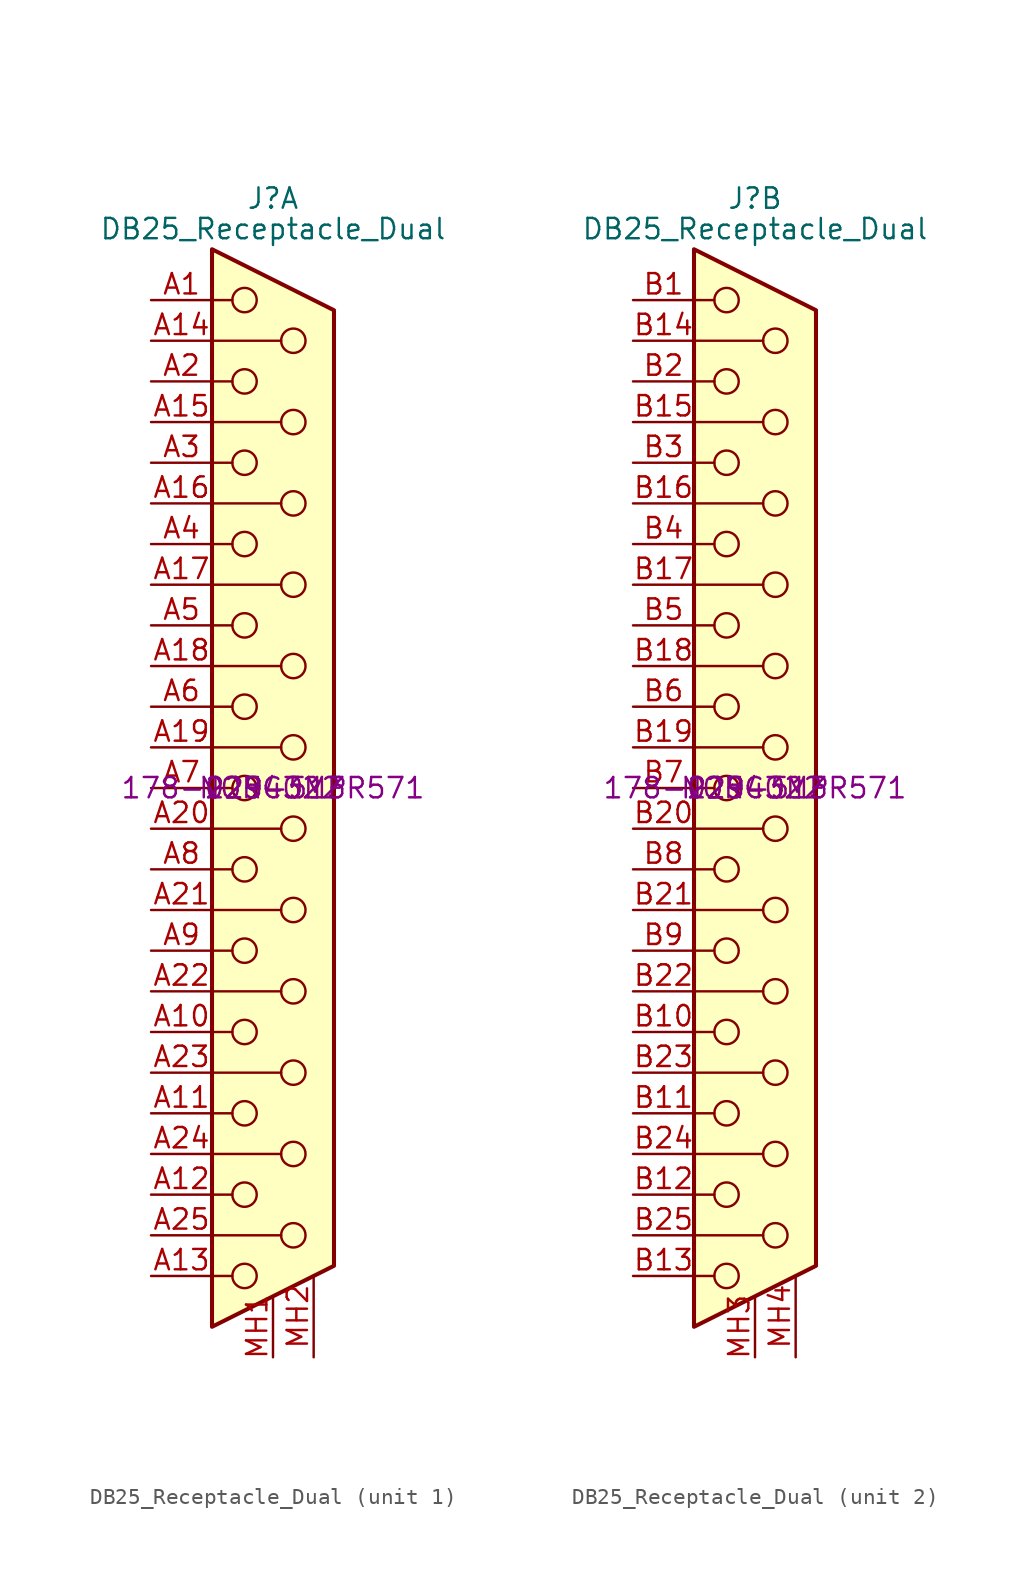
<source format=kicad_sym>
(kicad_symbol_lib
  (version 20220914)
  (generator kicad_symbol_editor)
  (symbol "DB25_Receptacle_Dual"
    (pin_names
      (offset 1.016) hide)
    (property "Reference" "J"
      (at 0 36.83 0)
      (effects (font (size 1.27 1.27))))
    (property "Value" "DB25_Receptacle_Dual"
      (at 0 34.925 0)
      (effects (font (size 1.27 1.27))))
    (property "Farnell PN" "2294322"
      (at 0 0 0)
      (effects (font (size 1.27 1.27))))
    (property "MPN" "178-025-513R571"
      (at 0 0 0)
      (effects (font (size 1.27 1.27))))
    (property "Manufacturer" "NORCOMP"
      (at 0 0 0)
      (effects (font (size 1.27 1.27))))
    (property "ki_locked" ""
      (at 0 0 0)
      (effects (font (size 1.27 1.27))))
    (symbol "DB25_Receptacle_Dual_0_1"
      (circle (center -1.778 -30.48) (radius 0.762) (stroke (width 0) (type default)) (fill (type none)))
      (circle (center -1.778 -25.4) (radius 0.762) (stroke (width 0) (type default)) (fill (type none)))
      (circle (center -1.778 -20.32) (radius 0.762) (stroke (width 0) (type default)) (fill (type none)))
      (circle (center -1.778 -15.24) (radius 0.762) (stroke (width 0) (type default)) (fill (type none)))
      (circle (center -1.778 -10.16) (radius 0.762) (stroke (width 0) (type default)) (fill (type none)))
      (circle (center -1.778 -5.08) (radius 0.762) (stroke (width 0) (type default)) (fill (type none)))
      (circle (center -1.778 0) (radius 0.762) (stroke (width 0) (type default)) (fill (type none)))
      (circle (center -1.778 5.08) (radius 0.762) (stroke (width 0) (type default)) (fill (type none)))
      (circle (center -1.778 10.16) (radius 0.762) (stroke (width 0) (type default)) (fill (type none)))
      (circle (center -1.778 15.24) (radius 0.762) (stroke (width 0) (type default)) (fill (type none)))
      (circle (center -1.778 20.32) (radius 0.762) (stroke (width 0) (type default)) (fill (type none)))
      (circle (center -1.778 25.4) (radius 0.762) (stroke (width 0) (type default)) (fill (type none)))
      (circle (center -1.778 30.48) (radius 0.762) (stroke (width 0) (type default)) (fill (type none)))
      (polyline (pts (xy -3.81 -30.48) (xy -2.54 -30.48)) (stroke (width 0) (type default)) (fill (type none)))
      (polyline (pts (xy -3.81 -27.94) (xy 0.508 -27.94)) (stroke (width 0) (type default)) (fill (type none)))
      (polyline (pts (xy -3.81 -25.4) (xy -2.54 -25.4)) (stroke (width 0) (type default)) (fill (type none)))
      (polyline (pts (xy -3.81 -22.86) (xy 0.508 -22.86)) (stroke (width 0) (type default)) (fill (type none)))
      (polyline (pts (xy -3.81 -20.32) (xy -2.54 -20.32)) (stroke (width 0) (type default)) (fill (type none)))
      (polyline (pts (xy -3.81 -17.78) (xy 0.508 -17.78)) (stroke (width 0) (type default)) (fill (type none)))
      (polyline (pts (xy -3.81 -15.24) (xy -2.54 -15.24)) (stroke (width 0) (type default)) (fill (type none)))
      (polyline (pts (xy -3.81 -12.7) (xy 0.508 -12.7)) (stroke (width 0) (type default)) (fill (type none)))
      (polyline (pts (xy -3.81 -10.16) (xy -2.54 -10.16)) (stroke (width 0) (type default)) (fill (type none)))
      (polyline (pts (xy -3.81 -7.62) (xy 0.508 -7.62)) (stroke (width 0) (type default)) (fill (type none)))
      (polyline (pts (xy -3.81 -5.08) (xy -2.54 -5.08)) (stroke (width 0) (type default)) (fill (type none)))
      (polyline (pts (xy -3.81 -2.54) (xy 0.508 -2.54)) (stroke (width 0) (type default)) (fill (type none)))
      (polyline (pts (xy -3.81 0) (xy -2.54 0)) (stroke (width 0) (type default)) (fill (type none)))
      (polyline (pts (xy -3.81 2.54) (xy 0.508 2.54)) (stroke (width 0) (type default)) (fill (type none)))
      (polyline (pts (xy -3.81 5.08) (xy -2.54 5.08)) (stroke (width 0) (type default)) (fill (type none)))
      (polyline (pts (xy -3.81 7.62) (xy 0.508 7.62)) (stroke (width 0) (type default)) (fill (type none)))
      (polyline (pts (xy -3.81 10.16) (xy -2.54 10.16)) (stroke (width 0) (type default)) (fill (type none)))
      (polyline (pts (xy -3.81 12.7) (xy 0.508 12.7)) (stroke (width 0) (type default)) (fill (type none)))
      (polyline (pts (xy -3.81 15.24) (xy -2.54 15.24)) (stroke (width 0) (type default)) (fill (type none)))
      (polyline (pts (xy -3.81 17.78) (xy 0.508 17.78)) (stroke (width 0) (type default)) (fill (type none)))
      (polyline (pts (xy -3.81 20.32) (xy -2.54 20.32)) (stroke (width 0) (type default)) (fill (type none)))
      (polyline (pts (xy -3.81 22.86) (xy 0.508 22.86)) (stroke (width 0) (type default)) (fill (type none)))
      (polyline (pts (xy -3.81 25.4) (xy -2.54 25.4)) (stroke (width 0) (type default)) (fill (type none)))
      (polyline (pts (xy -3.81 27.94) (xy 0.508 27.94)) (stroke (width 0) (type default)) (fill (type none)))
      (polyline (pts (xy -3.81 30.48) (xy -2.54 30.48)) (stroke (width 0) (type default)) (fill (type none)))
      (polyline (pts (xy -3.81 33.655) (xy 3.81 29.845) (xy 3.81 -29.845) (xy -3.81 -33.655) (xy -3.81 33.655)) (stroke (width 0.254) (type default)) (fill (type background)))
      (circle (center 1.27 -27.94) (radius 0.762) (stroke (width 0) (type default)) (fill (type none)))
      (circle (center 1.27 -22.86) (radius 0.762) (stroke (width 0) (type default)) (fill (type none)))
      (circle (center 1.27 -17.78) (radius 0.762) (stroke (width 0) (type default)) (fill (type none)))
      (circle (center 1.27 -12.7) (radius 0.762) (stroke (width 0) (type default)) (fill (type none)))
      (circle (center 1.27 -7.62) (radius 0.762) (stroke (width 0) (type default)) (fill (type none)))
      (circle (center 1.27 -2.54) (radius 0.762) (stroke (width 0) (type default)) (fill (type none)))
      (circle (center 1.27 2.54) (radius 0.762) (stroke (width 0) (type default)) (fill (type none)))
      (circle (center 1.27 7.62) (radius 0.762) (stroke (width 0) (type default)) (fill (type none)))
      (circle (center 1.27 12.7) (radius 0.762) (stroke (width 0) (type default)) (fill (type none)))
      (circle (center 1.27 17.78) (radius 0.762) (stroke (width 0) (type default)) (fill (type none)))
      (circle (center 1.27 22.86) (radius 0.762) (stroke (width 0) (type default)) (fill (type none)))
      (circle (center 1.27 27.94) (radius 0.762) (stroke (width 0) (type default)) (fill (type none))))
    (symbol "DB25_Receptacle_Dual_1_1"
      (pin passive line (at -7.62 30.48 0) (length 3.81) (name "A1" (effects (font (size 1.27 1.27)))) (number "A1" (effects (font (size 1.27 1.27)))))
      (pin passive line (at -7.62 -15.24 0) (length 3.81) (name "A10" (effects (font (size 1.27 1.27)))) (number "A10" (effects (font (size 1.27 1.27)))))
      (pin passive line (at -7.62 -20.32 0) (length 3.81) (name "A11" (effects (font (size 1.27 1.27)))) (number "A11" (effects (font (size 1.27 1.27)))))
      (pin passive line (at -7.62 -25.4 0) (length 3.81) (name "A12" (effects (font (size 1.27 1.27)))) (number "A12" (effects (font (size 1.27 1.27)))))
      (pin passive line (at -7.62 -30.48 0) (length 3.81) (name "A13" (effects (font (size 1.27 1.27)))) (number "A13" (effects (font (size 1.27 1.27)))))
      (pin passive line (at -7.62 27.94 0) (length 3.81) (name "A14" (effects (font (size 1.27 1.27)))) (number "A14" (effects (font (size 1.27 1.27)))))
      (pin passive line (at -7.62 22.86 0) (length 3.81) (name "A15" (effects (font (size 1.27 1.27)))) (number "A15" (effects (font (size 1.27 1.27)))))
      (pin passive line (at -7.62 17.78 0) (length 3.81) (name "A16" (effects (font (size 1.27 1.27)))) (number "A16" (effects (font (size 1.27 1.27)))))
      (pin passive line (at -7.62 12.7 0) (length 3.81) (name "A17" (effects (font (size 1.27 1.27)))) (number "A17" (effects (font (size 1.27 1.27)))))
      (pin passive line (at -7.62 7.62 0) (length 3.81) (name "A18" (effects (font (size 1.27 1.27)))) (number "A18" (effects (font (size 1.27 1.27)))))
      (pin passive line (at -7.62 2.54 0) (length 3.81) (name "A19" (effects (font (size 1.27 1.27)))) (number "A19" (effects (font (size 1.27 1.27)))))
      (pin passive line (at -7.62 25.4 0) (length 3.81) (name "A2" (effects (font (size 1.27 1.27)))) (number "A2" (effects (font (size 1.27 1.27)))))
      (pin passive line (at -7.62 -2.54 0) (length 3.81) (name "A20" (effects (font (size 1.27 1.27)))) (number "A20" (effects (font (size 1.27 1.27)))))
      (pin passive line (at -7.62 -7.62 0) (length 3.81) (name "A21" (effects (font (size 1.27 1.27)))) (number "A21" (effects (font (size 1.27 1.27)))))
      (pin passive line (at -7.62 -12.7 0) (length 3.81) (name "A22" (effects (font (size 1.27 1.27)))) (number "A22" (effects (font (size 1.27 1.27)))))
      (pin passive line (at -7.62 -17.78 0) (length 3.81) (name "A23" (effects (font (size 1.27 1.27)))) (number "A23" (effects (font (size 1.27 1.27)))))
      (pin passive line (at -7.62 -22.86 0) (length 3.81) (name "A24" (effects (font (size 1.27 1.27)))) (number "A24" (effects (font (size 1.27 1.27)))))
      (pin passive line (at -7.62 -27.94 0) (length 3.81) (name "A25" (effects (font (size 1.27 1.27)))) (number "A25" (effects (font (size 1.27 1.27)))))
      (pin passive line (at -7.62 20.32 0) (length 3.81) (name "A3" (effects (font (size 1.27 1.27)))) (number "A3" (effects (font (size 1.27 1.27)))))
      (pin passive line (at -7.62 15.24 0) (length 3.81) (name "A4" (effects (font (size 1.27 1.27)))) (number "A4" (effects (font (size 1.27 1.27)))))
      (pin passive line (at -7.62 10.16 0) (length 3.81) (name "A5" (effects (font (size 1.27 1.27)))) (number "A5" (effects (font (size 1.27 1.27)))))
      (pin passive line (at -7.62 5.08 0) (length 3.81) (name "A6" (effects (font (size 1.27 1.27)))) (number "A6" (effects (font (size 1.27 1.27)))))
      (pin passive line (at -7.62 0 0) (length 3.81) (name "A7" (effects (font (size 1.27 1.27)))) (number "A7" (effects (font (size 1.27 1.27)))))
      (pin passive line (at -7.62 -5.08 0) (length 3.81) (name "A8" (effects (font (size 1.27 1.27)))) (number "A8" (effects (font (size 1.27 1.27)))))
      (pin passive line (at -7.62 -10.16 0) (length 3.81) (name "A9" (effects (font (size 1.27 1.27)))) (number "A9" (effects (font (size 1.27 1.27)))))
      (pin passive line (at 0 -35.56 90) (length 3.81) (name "MH1" (effects (font (size 1.27 1.27)))) (number "MH1" (effects (font (size 1.27 1.27)))))
      (pin passive line (at 2.54 -35.56 90) (length 5.1) (name "MH2" (effects (font (size 1.27 1.27)))) (number "MH2" (effects (font (size 1.27 1.27))))))
    (symbol "DB25_Receptacle_Dual_2_1"
      (pin passive line (at -7.62 30.48 0) (length 3.81) (name "B1" (effects (font (size 1.27 1.27)))) (number "B1" (effects (font (size 1.27 1.27)))))
      (pin passive line (at -7.62 -15.24 0) (length 3.81) (name "B10" (effects (font (size 1.27 1.27)))) (number "B10" (effects (font (size 1.27 1.27)))))
      (pin passive line (at -7.62 -20.32 0) (length 3.81) (name "B11" (effects (font (size 1.27 1.27)))) (number "B11" (effects (font (size 1.27 1.27)))))
      (pin passive line (at -7.62 -25.4 0) (length 3.81) (name "B12" (effects (font (size 1.27 1.27)))) (number "B12" (effects (font (size 1.27 1.27)))))
      (pin passive line (at -7.62 -30.48 0) (length 3.81) (name "B13" (effects (font (size 1.27 1.27)))) (number "B13" (effects (font (size 1.27 1.27)))))
      (pin passive line (at -7.62 27.94 0) (length 3.81) (name "B14" (effects (font (size 1.27 1.27)))) (number "B14" (effects (font (size 1.27 1.27)))))
      (pin passive line (at -7.62 22.86 0) (length 3.81) (name "B15" (effects (font (size 1.27 1.27)))) (number "B15" (effects (font (size 1.27 1.27)))))
      (pin passive line (at -7.62 17.78 0) (length 3.81) (name "B16" (effects (font (size 1.27 1.27)))) (number "B16" (effects (font (size 1.27 1.27)))))
      (pin passive line (at -7.62 12.7 0) (length 3.81) (name "B17" (effects (font (size 1.27 1.27)))) (number "B17" (effects (font (size 1.27 1.27)))))
      (pin passive line (at -7.62 7.62 0) (length 3.81) (name "B18" (effects (font (size 1.27 1.27)))) (number "B18" (effects (font (size 1.27 1.27)))))
      (pin passive line (at -7.62 2.54 0) (length 3.81) (name "B19" (effects (font (size 1.27 1.27)))) (number "B19" (effects (font (size 1.27 1.27)))))
      (pin passive line (at -7.62 25.4 0) (length 3.81) (name "B2" (effects (font (size 1.27 1.27)))) (number "B2" (effects (font (size 1.27 1.27)))))
      (pin passive line (at -7.62 -2.54 0) (length 3.81) (name "B20" (effects (font (size 1.27 1.27)))) (number "B20" (effects (font (size 1.27 1.27)))))
      (pin passive line (at -7.62 -7.62 0) (length 3.81) (name "B21" (effects (font (size 1.27 1.27)))) (number "B21" (effects (font (size 1.27 1.27)))))
      (pin passive line (at -7.62 -12.7 0) (length 3.81) (name "B22" (effects (font (size 1.27 1.27)))) (number "B22" (effects (font (size 1.27 1.27)))))
      (pin passive line (at -7.62 -17.78 0) (length 3.81) (name "B23" (effects (font (size 1.27 1.27)))) (number "B23" (effects (font (size 1.27 1.27)))))
      (pin passive line (at -7.62 -22.86 0) (length 3.81) (name "B24" (effects (font (size 1.27 1.27)))) (number "B24" (effects (font (size 1.27 1.27)))))
      (pin passive line (at -7.62 -27.94 0) (length 3.81) (name "B25" (effects (font (size 1.27 1.27)))) (number "B25" (effects (font (size 1.27 1.27)))))
      (pin passive line (at -7.62 20.32 0) (length 3.81) (name "B3" (effects (font (size 1.27 1.27)))) (number "B3" (effects (font (size 1.27 1.27)))))
      (pin passive line (at -7.62 15.24 0) (length 3.81) (name "B4" (effects (font (size 1.27 1.27)))) (number "B4" (effects (font (size 1.27 1.27)))))
      (pin passive line (at -7.62 10.16 0) (length 3.81) (name "B5" (effects (font (size 1.27 1.27)))) (number "B5" (effects (font (size 1.27 1.27)))))
      (pin passive line (at -7.62 5.08 0) (length 3.81) (name "B6" (effects (font (size 1.27 1.27)))) (number "B6" (effects (font (size 1.27 1.27)))))
      (pin passive line (at -7.62 0 0) (length 3.81) (name "B7" (effects (font (size 1.27 1.27)))) (number "B7" (effects (font (size 1.27 1.27)))))
      (pin passive line (at -7.62 -5.08 0) (length 3.81) (name "B8" (effects (font (size 1.27 1.27)))) (number "B8" (effects (font (size 1.27 1.27)))))
      (pin passive line (at -7.62 -10.16 0) (length 3.81) (name "B9" (effects (font (size 1.27 1.27)))) (number "B9" (effects (font (size 1.27 1.27)))))
      (pin passive line (at 0 -35.56 90) (length 3.81) (name "MH3" (effects (font (size 1.27 1.27)))) (number "MH3" (effects (font (size 1.27 1.27)))))
      (pin passive line (at 2.54 -35.56 90) (length 5.1) (name "MH4" (effects (font (size 1.27 1.27)))) (number "MH4" (effects (font (size 1.27 1.27))))))))
</source>
